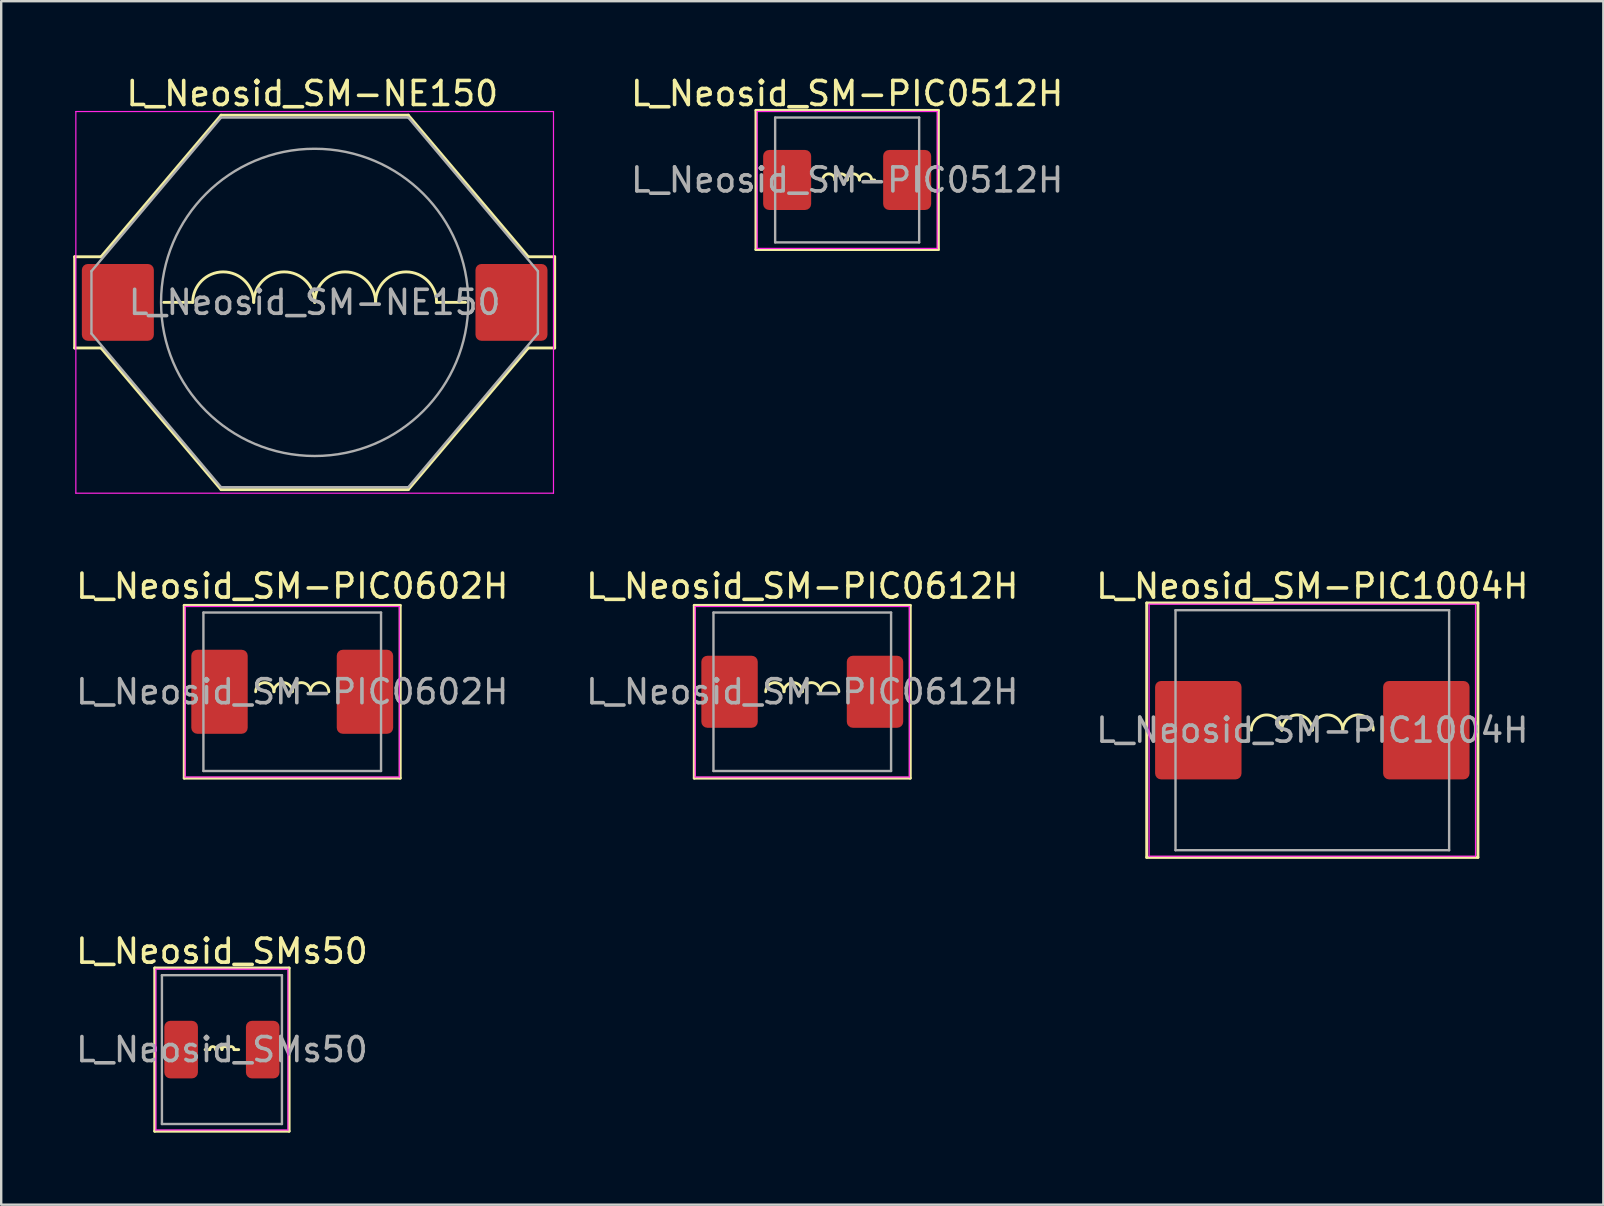
<source format=kicad_pcb>
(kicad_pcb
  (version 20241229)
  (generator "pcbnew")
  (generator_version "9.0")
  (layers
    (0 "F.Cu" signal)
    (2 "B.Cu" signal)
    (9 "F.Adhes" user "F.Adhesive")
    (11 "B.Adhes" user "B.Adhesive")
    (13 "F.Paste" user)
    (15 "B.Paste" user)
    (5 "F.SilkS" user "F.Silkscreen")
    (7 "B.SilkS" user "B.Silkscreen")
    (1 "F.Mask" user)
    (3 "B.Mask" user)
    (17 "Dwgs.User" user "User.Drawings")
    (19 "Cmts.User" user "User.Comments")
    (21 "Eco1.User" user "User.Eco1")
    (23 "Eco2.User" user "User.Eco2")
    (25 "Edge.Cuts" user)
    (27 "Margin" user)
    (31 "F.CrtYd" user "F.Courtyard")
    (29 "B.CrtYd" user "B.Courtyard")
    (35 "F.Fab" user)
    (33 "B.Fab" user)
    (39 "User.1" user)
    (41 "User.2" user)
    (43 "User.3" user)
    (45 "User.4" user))
  (footprint "L_Neosid_SM-NE150"
    (layer "F.Cu")
    (at 10.06 9.548)
    (property "Reference" "L_Neosid_SM-NE150" (at -0.1 -8.7 0) (layer "F.SilkS") (effects (font (size 1 1) (thickness 0.15))))
    (attr smd)
    (fp_line (start -10 -1.9) (end -10 1.9) (stroke (width 0.12) (type solid)) (layer "F.SilkS"))
    (fp_line (start -10 1.9) (end -8.9 1.9) (stroke (width 0.12) (type solid)) (layer "F.SilkS"))
    (fp_line (start -8.9 -1.9) (end -10 -1.9) (stroke (width 0.12) (type solid)) (layer "F.SilkS"))
    (fp_line (start -8.9 1.9) (end -3.9 7.8) (stroke (width 0.12) (type solid)) (layer "F.SilkS"))
    (fp_line (start -5.08 0) (end -6.287 0) (stroke (width 0.12) (type solid)) (layer "F.SilkS"))
    (fp_line (start -3.9 -7.8) (end -8.9 -1.9) (stroke (width 0.12) (type solid)) (layer "F.SilkS"))
    (fp_line (start -3.9 -7.8) (end 3.9 -7.8) (stroke (width 0.12) (type solid)) (layer "F.SilkS"))
    (fp_line (start -3.9 7.8) (end 3.9 7.8) (stroke (width 0.12) (type solid)) (layer "F.SilkS"))
    (fp_line (start 3.9 -7.8) (end 8.9 -1.9) (stroke (width 0.12) (type solid)) (layer "F.SilkS"))
    (fp_line (start 3.9 7.8) (end 8.9 1.9) (stroke (width 0.12) (type solid)) (layer "F.SilkS"))
    (fp_line (start 5.08 0) (end 6.287 0) (stroke (width 0.12) (type solid)) (layer "F.SilkS"))
    (fp_line (start 8.9 -1.9) (end 10 -1.9) (stroke (width 0.12) (type solid)) (layer "F.SilkS"))
    (fp_line (start 10 -1.9) (end 10 1.9) (stroke (width 0.12) (type solid)) (layer "F.SilkS"))
    (fp_line (start 10 1.9) (end 8.9 1.9) (stroke (width 0.12) (type solid)) (layer "F.SilkS"))
    (fp_arc (start -5.08 0) (mid -3.81 -1.27) (end -2.54 0) (stroke (width 0.12) (type solid)) (layer "F.SilkS"))
    (fp_arc (start -2.54 0) (mid -1.27 -1.27) (end 0 0) (stroke (width 0.12) (type solid)) (layer "F.SilkS"))
    (fp_arc (start 0 0) (mid 1.27 -1.27) (end 2.54 0) (stroke (width 0.12) (type solid)) (layer "F.SilkS"))
    (fp_arc (start 2.54 0) (mid 3.81 -1.27) (end 5.08 0) (stroke (width 0.12) (type solid)) (layer "F.SilkS"))
    (fp_line (start -9.95 -7.95) (end -9.95 7.95) (stroke (width 0.05) (type solid)) (layer "F.CrtYd"))
    (fp_line (start -9.95 -7.95) (end 9.95 -7.95) (stroke (width 0.05) (type solid)) (layer "F.CrtYd"))
    (fp_line (start 9.95 7.95) (end -9.95 7.95) (stroke (width 0.05) (type solid)) (layer "F.CrtYd"))
    (fp_line (start 9.95 7.95) (end 9.95 -7.95) (stroke (width 0.05) (type solid)) (layer "F.CrtYd"))
    (fp_line (start -9.3 -1.3) (end -3.9 -7.7) (stroke (width 0.1) (type solid)) (layer "F.Fab"))
    (fp_line (start -9.3 1.3) (end -9.3 -1.3) (stroke (width 0.1) (type solid)) (layer "F.Fab"))
    (fp_line (start -3.9 -7.7) (end 3.9 -7.7) (stroke (width 0.1) (type solid)) (layer "F.Fab"))
    (fp_line (start -3.9 7.7) (end -9.3 1.3) (stroke (width 0.1) (type solid)) (layer "F.Fab"))
    (fp_line (start 3.9 -7.7) (end 9.3 -1.3) (stroke (width 0.1) (type solid)) (layer "F.Fab"))
    (fp_line (start 3.9 7.7) (end -3.9 7.7) (stroke (width 0.1) (type solid)) (layer "F.Fab"))
    (fp_line (start 9.3 -1.3) (end 9.3 1.3) (stroke (width 0.1) (type solid)) (layer "F.Fab"))
    (fp_line (start 9.3 1.3) (end 3.9 7.7) (stroke (width 0.1) (type solid)) (layer "F.Fab"))
    (fp_circle (center 0 0) (end -6.4 0) (stroke (width 0.1) (type solid)) (fill no) (layer "F.Fab"))
    (fp_text user "${REFERENCE}" (at 0 0 0) (layer "F.Fab") (effects (font (size 1 1) (thickness 0.15))))
    (pad "1" smd roundrect (at -8.2 0 180) (size 3 3.2) (layers "F.Cu" "F.Mask" "F.Paste") (roundrect_rratio 0.083))
    (pad "2" smd roundrect (at 8.2 0) (size 3 3.2) (layers "F.Cu" "F.Mask" "F.Paste") (roundrect_rratio 0.083)))
  (footprint "L_Neosid_SM-PIC0512H"
    (layer "F.Cu")
    (at 32.245 4.448)
    (property "Reference" "L_Neosid_SM-PIC0512H" (at 0 -3.6 0) (layer "F.SilkS") (effects (font (size 1 1) (thickness 0.15))))
    (attr smd)
    (fp_line (start -3.8 -2.9) (end -3.8 2.9) (stroke (width 0.12) (type solid)) (layer "F.SilkS"))
    (fp_line (start -3.8 2.9) (end 3.8 2.9) (stroke (width 0.12) (type solid)) (layer "F.SilkS"))
    (fp_line (start -1.016 0) (end -1.143 0) (stroke (width 0.12) (type solid)) (layer "F.SilkS"))
    (fp_line (start 1.016 0) (end 1.143 0) (stroke (width 0.12) (type solid)) (layer "F.SilkS"))
    (fp_line (start 3.8 -2.9) (end -3.8 -2.9) (stroke (width 0.12) (type solid)) (layer "F.SilkS"))
    (fp_line (start 3.8 2.9) (end 3.8 -2.9) (stroke (width 0.12) (type solid)) (layer "F.SilkS"))
    (fp_arc (start -1.016 0) (mid -0.762 -0.254) (end -0.508 0) (stroke (width 0.12) (type solid)) (layer "F.SilkS"))
    (fp_arc (start -0.508 0) (mid -0.254 -0.254) (end 0 0) (stroke (width 0.12) (type solid)) (layer "F.SilkS"))
    (fp_arc (start 0 0) (mid 0.254 -0.254) (end 0.508 0) (stroke (width 0.12) (type solid)) (layer "F.SilkS"))
    (fp_arc (start 0.508 0) (mid 0.762 -0.254) (end 1.016 0) (stroke (width 0.12) (type solid)) (layer "F.SilkS"))
    (fp_line (start -3.75 -2.85) (end -3.75 2.85) (stroke (width 0.05) (type solid)) (layer "F.CrtYd"))
    (fp_line (start -3.75 -2.85) (end 3.75 -2.85) (stroke (width 0.05) (type solid)) (layer "F.CrtYd"))
    (fp_line (start 3.75 2.85) (end -3.75 2.85) (stroke (width 0.05) (type solid)) (layer "F.CrtYd"))
    (fp_line (start 3.75 2.85) (end 3.75 -2.85) (stroke (width 0.05) (type solid)) (layer "F.CrtYd"))
    (fp_line (start -3 -2.6) (end 3 -2.6) (stroke (width 0.1) (type solid)) (layer "F.Fab"))
    (fp_line (start -3 2.6) (end -3 -2.6) (stroke (width 0.1) (type solid)) (layer "F.Fab"))
    (fp_line (start 3 -2.6) (end 3 2.6) (stroke (width 0.1) (type solid)) (layer "F.Fab"))
    (fp_line (start 3 2.6) (end -3 2.6) (stroke (width 0.1) (type solid)) (layer "F.Fab"))
    (fp_text user "${REFERENCE}" (at 0 0 0) (layer "F.Fab") (effects (font (size 1 1) (thickness 0.15))))
    (pad "1" smd roundrect (at -2.5 0 180) (size 2 2.5) (layers "F.Cu" "F.Mask" "F.Paste") (roundrect_rratio 0.125))
    (pad "2" smd roundrect (at 2.5 0 180) (size 2 2.5) (layers "F.Cu" "F.Mask" "F.Paste") (roundrect_rratio 0.125)))
  (footprint "L_Neosid_SM-PIC1004H"
    (layer "F.Cu")
    (at 51.625 27.372)
    (property "Reference" "L_Neosid_SM-PIC1004H" (at 0 -6 0) (layer "F.SilkS") (effects (font (size 1 1) (thickness 0.15))))
    (attr smd)
    (fp_line (start -6.9 -5.3) (end -6.9 5.3) (stroke (width 0.12) (type solid)) (layer "F.SilkS"))
    (fp_line (start -6.9 5.3) (end 6.9 5.3) (stroke (width 0.12) (type solid)) (layer "F.SilkS"))
    (fp_line (start 6.9 -5.3) (end -6.9 -5.3) (stroke (width 0.12) (type solid)) (layer "F.SilkS"))
    (fp_line (start 6.9 5.3) (end 6.9 -5.3) (stroke (width 0.12) (type solid)) (layer "F.SilkS"))
    (fp_arc (start -2.54 0) (mid -1.905 -0.635) (end -1.27 0) (stroke (width 0.12) (type solid)) (layer "F.SilkS"))
    (fp_arc (start -1.27 0) (mid -0.635 -0.635) (end 0 0) (stroke (width 0.12) (type solid)) (layer "F.SilkS"))
    (fp_arc (start 0 0) (mid 0.635 -0.635) (end 1.27 0) (stroke (width 0.12) (type solid)) (layer "F.SilkS"))
    (fp_arc (start 1.27 0) (mid 1.905 -0.635) (end 2.54 0) (stroke (width 0.12) (type solid)) (layer "F.SilkS"))
    (fp_line (start -6.8 -5.25) (end -6.8 5.25) (stroke (width 0.05) (type solid)) (layer "F.CrtYd"))
    (fp_line (start -6.8 -5.25) (end 6.8 -5.25) (stroke (width 0.05) (type solid)) (layer "F.CrtYd"))
    (fp_line (start 6.8 5.25) (end -6.8 5.25) (stroke (width 0.05) (type solid)) (layer "F.CrtYd"))
    (fp_line (start 6.8 5.25) (end 6.8 -5.25) (stroke (width 0.05) (type solid)) (layer "F.CrtYd"))
    (fp_line (start -5.7 -5) (end 5.7 -5) (stroke (width 0.1) (type solid)) (layer "F.Fab"))
    (fp_line (start -5.7 5) (end -5.7 -5) (stroke (width 0.1) (type solid)) (layer "F.Fab"))
    (fp_line (start 5.7 -5) (end 5.7 5) (stroke (width 0.1) (type solid)) (layer "F.Fab"))
    (fp_line (start 5.7 5) (end -5.7 5) (stroke (width 0.1) (type solid)) (layer "F.Fab"))
    (fp_text user "${REFERENCE}" (at 0 0 0) (layer "F.Fab") (effects (font (size 1 1) (thickness 0.15))))
    (pad "1" smd roundrect (at -4.75 0) (size 3.6 4.1) (layers "F.Cu" "F.Mask" "F.Paste") (roundrect_rratio 0.069))
    (pad "2" smd roundrect (at 4.75 0) (size 3.6 4.1) (layers "F.Cu" "F.Mask" "F.Paste") (roundrect_rratio 0.069)))
  (footprint "L_Neosid_SMs50"
    (layer "F.Cu")
    (at 6.196 40.68)
    (property "Reference" "L_Neosid_SMs50" (at 0 -4.1 0) (layer "F.SilkS") (effects (font (size 1 1) (thickness 0.15))))
    (attr smd)
    (fp_line (start -2.8 -3.4) (end -2.8 3.4) (stroke (width 0.12) (type solid)) (layer "F.SilkS"))
    (fp_line (start -2.8 3.4) (end 2.8 3.4) (stroke (width 0.12) (type solid)) (layer "F.SilkS"))
    (fp_line (start -0.508 0) (end -0.699 0) (stroke (width 0.12) (type solid)) (layer "F.SilkS"))
    (fp_line (start 0.508 0) (end 0.699 0) (stroke (width 0.12) (type solid)) (layer "F.SilkS"))
    (fp_line (start 2.8 -3.4) (end -2.8 -3.4) (stroke (width 0.12) (type solid)) (layer "F.SilkS"))
    (fp_line (start 2.8 3.4) (end 2.8 -3.4) (stroke (width 0.12) (type solid)) (layer "F.SilkS"))
    (fp_arc (start -0.508 0) (mid -0.381 -0.127) (end -0.254 0) (stroke (width 0.12) (type solid)) (layer "F.SilkS"))
    (fp_arc (start -0.254 0) (mid -0.127 -0.127) (end 0 0) (stroke (width 0.12) (type solid)) (layer "F.SilkS"))
    (fp_arc (start 0 0) (mid 0.127 -0.127) (end 0.254 0) (stroke (width 0.12) (type solid)) (layer "F.SilkS"))
    (fp_arc (start 0.254 0) (mid 0.381 -0.127) (end 0.508 0) (stroke (width 0.12) (type solid)) (layer "F.SilkS"))
    (fp_line (start -2.75 -3.35) (end -2.75 3.35) (stroke (width 0.05) (type solid)) (layer "F.CrtYd"))
    (fp_line (start -2.75 -3.35) (end 2.75 -3.35) (stroke (width 0.05) (type solid)) (layer "F.CrtYd"))
    (fp_line (start 2.75 3.35) (end -2.75 3.35) (stroke (width 0.05) (type solid)) (layer "F.CrtYd"))
    (fp_line (start 2.75 3.35) (end 2.75 -3.35) (stroke (width 0.05) (type solid)) (layer "F.CrtYd"))
    (fp_line (start -2.5 -3.1) (end 2.5 -3.1) (stroke (width 0.1) (type solid)) (layer "F.Fab"))
    (fp_line (start -2.5 3.1) (end -2.5 -3.1) (stroke (width 0.1) (type solid)) (layer "F.Fab"))
    (fp_line (start 2.5 -3.1) (end 2.5 3.1) (stroke (width 0.1) (type solid)) (layer "F.Fab"))
    (fp_line (start 2.5 3.1) (end -2.5 3.1) (stroke (width 0.1) (type solid)) (layer "F.Fab"))
    (fp_text user "${REFERENCE}" (at 0 0 0) (layer "F.Fab") (effects (font (size 1 1) (thickness 0.15))))
    (pad "1" smd roundrect (at -1.7 0) (size 1.4 2.4) (layers "F.Cu" "F.Mask" "F.Paste") (roundrect_rratio 0.179))
    (pad "2" smd roundrect (at 1.7 0) (size 1.4 2.4) (layers "F.Cu" "F.Mask" "F.Paste") (roundrect_rratio 0.179)))
  (footprint "L_Neosid_SM-PIC0612H"
    (layer "F.Cu")
    (at 30.375 25.771)
    (property "Reference" "L_Neosid_SM-PIC0612H" (at 0 -4.4 0) (layer "F.SilkS") (effects (font (size 1 1) (thickness 0.15))))
    (attr smd)
    (fp_line (start -4.5 -3.6) (end -4.5 3.6) (stroke (width 0.12) (type solid)) (layer "F.SilkS"))
    (fp_line (start -4.5 3.6) (end 4.5 3.6) (stroke (width 0.12) (type solid)) (layer "F.SilkS"))
    (fp_line (start 4.5 -3.6) (end -4.5 -3.6) (stroke (width 0.12) (type solid)) (layer "F.SilkS"))
    (fp_line (start 4.5 3.6) (end 4.5 -3.6) (stroke (width 0.12) (type solid)) (layer "F.SilkS"))
    (fp_arc (start -1.524 0) (mid -1.143 -0.381) (end -0.762 0) (stroke (width 0.12) (type solid)) (layer "F.SilkS"))
    (fp_arc (start -0.762 0) (mid -0.381 -0.381) (end 0 0) (stroke (width 0.12) (type solid)) (layer "F.SilkS"))
    (fp_arc (start 0 0) (mid 0.381 -0.381) (end 0.762 0) (stroke (width 0.12) (type solid)) (layer "F.SilkS"))
    (fp_arc (start 0.762 0) (mid 1.143 -0.381) (end 1.524 0) (stroke (width 0.12) (type solid)) (layer "F.SilkS"))
    (fp_line (start -4.46 -3.55) (end -4.46 3.55) (stroke (width 0.05) (type solid)) (layer "F.CrtYd"))
    (fp_line (start -4.46 -3.55) (end 4.46 -3.55) (stroke (width 0.05) (type solid)) (layer "F.CrtYd"))
    (fp_line (start 4.46 3.55) (end -4.46 3.55) (stroke (width 0.05) (type solid)) (layer "F.CrtYd"))
    (fp_line (start 4.46 3.55) (end 4.46 -3.55) (stroke (width 0.05) (type solid)) (layer "F.CrtYd"))
    (fp_line (start -3.7 -3.3) (end 3.7 -3.3) (stroke (width 0.1) (type solid)) (layer "F.Fab"))
    (fp_line (start -3.7 3.3) (end -3.7 -3.3) (stroke (width 0.1) (type solid)) (layer "F.Fab"))
    (fp_line (start 3.7 -3.3) (end 3.7 3.3) (stroke (width 0.1) (type solid)) (layer "F.Fab"))
    (fp_line (start 3.7 3.3) (end -3.7 3.3) (stroke (width 0.1) (type solid)) (layer "F.Fab"))
    (fp_text user "${REFERENCE}" (at 0 0 0) (layer "F.Fab") (effects (font (size 1 1) (thickness 0.15))))
    (pad "1" smd roundrect (at -3.03 0) (size 2.35 3) (layers "F.Cu" "F.Mask" "F.Paste") (roundrect_rratio 0.106))
    (pad "2" smd roundrect (at 3.03 0) (size 2.35 3) (layers "F.Cu" "F.Mask" "F.Paste") (roundrect_rratio 0.106)))
  (footprint "L_Neosid_SM-PIC0602H"
    (layer "F.Cu")
    (at 9.125 25.771)
    (property "Reference" "L_Neosid_SM-PIC0602H" (at 0 -4.4 0) (layer "F.SilkS") (effects (font (size 1 1) (thickness 0.15))))
    (attr smd)
    (fp_line (start -4.5 -3.6) (end -4.5 3.6) (stroke (width 0.12) (type solid)) (layer "F.SilkS"))
    (fp_line (start -4.5 3.6) (end 4.5 3.6) (stroke (width 0.12) (type solid)) (layer "F.SilkS"))
    (fp_line (start 4.5 -3.6) (end -4.5 -3.6) (stroke (width 0.12) (type solid)) (layer "F.SilkS"))
    (fp_line (start 4.5 3.6) (end 4.5 -3.6) (stroke (width 0.12) (type solid)) (layer "F.SilkS"))
    (fp_arc (start -1.524 0) (mid -1.143 -0.381) (end -0.762 0) (stroke (width 0.12) (type solid)) (layer "F.SilkS"))
    (fp_arc (start -0.762 0) (mid -0.381 -0.381) (end 0 0) (stroke (width 0.12) (type solid)) (layer "F.SilkS"))
    (fp_arc (start 0 0) (mid 0.381 -0.381) (end 0.762 0) (stroke (width 0.12) (type solid)) (layer "F.SilkS"))
    (fp_arc (start 0.762 0) (mid 1.143 -0.381) (end 1.524 0) (stroke (width 0.12) (type solid)) (layer "F.SilkS"))
    (fp_line (start -4.46 -3.55) (end -4.46 3.55) (stroke (width 0.05) (type solid)) (layer "F.CrtYd"))
    (fp_line (start -4.46 -3.55) (end 4.46 -3.55) (stroke (width 0.05) (type solid)) (layer "F.CrtYd"))
    (fp_line (start 4.46 3.55) (end -4.46 3.55) (stroke (width 0.05) (type solid)) (layer "F.CrtYd"))
    (fp_line (start 4.46 3.55) (end 4.46 -3.55) (stroke (width 0.05) (type solid)) (layer "F.CrtYd"))
    (fp_line (start -3.7 -3.3) (end -3.7 3.3) (stroke (width 0.1) (type solid)) (layer "F.Fab"))
    (fp_line (start -3.7 3.3) (end 3.7 3.3) (stroke (width 0.1) (type solid)) (layer "F.Fab"))
    (fp_line (start 3.7 -3.3) (end -3.7 -3.3) (stroke (width 0.1) (type solid)) (layer "F.Fab"))
    (fp_line (start 3.7 3.3) (end 3.7 -3.3) (stroke (width 0.1) (type solid)) (layer "F.Fab"))
    (fp_text user "${REFERENCE}" (at 0 0 0) (layer "F.Fab") (effects (font (size 1 1) (thickness 0.15))))
    (pad "1" smd roundrect (at -3.03 0) (size 2.35 3.5) (layers "F.Cu" "F.Mask" "F.Paste") (roundrect_rratio 0.106))
    (pad "2" smd roundrect (at 3.03 0) (size 2.35 3.5) (layers "F.Cu" "F.Mask" "F.Paste") (roundrect_rratio 0.106)))
  (gr_rect
    (start -3 -3)
    (end 63.75 47.14)
    (stroke (width 0.1) (type default))
    (fill no)
    (layer "Edge.Cuts")))
</source>
